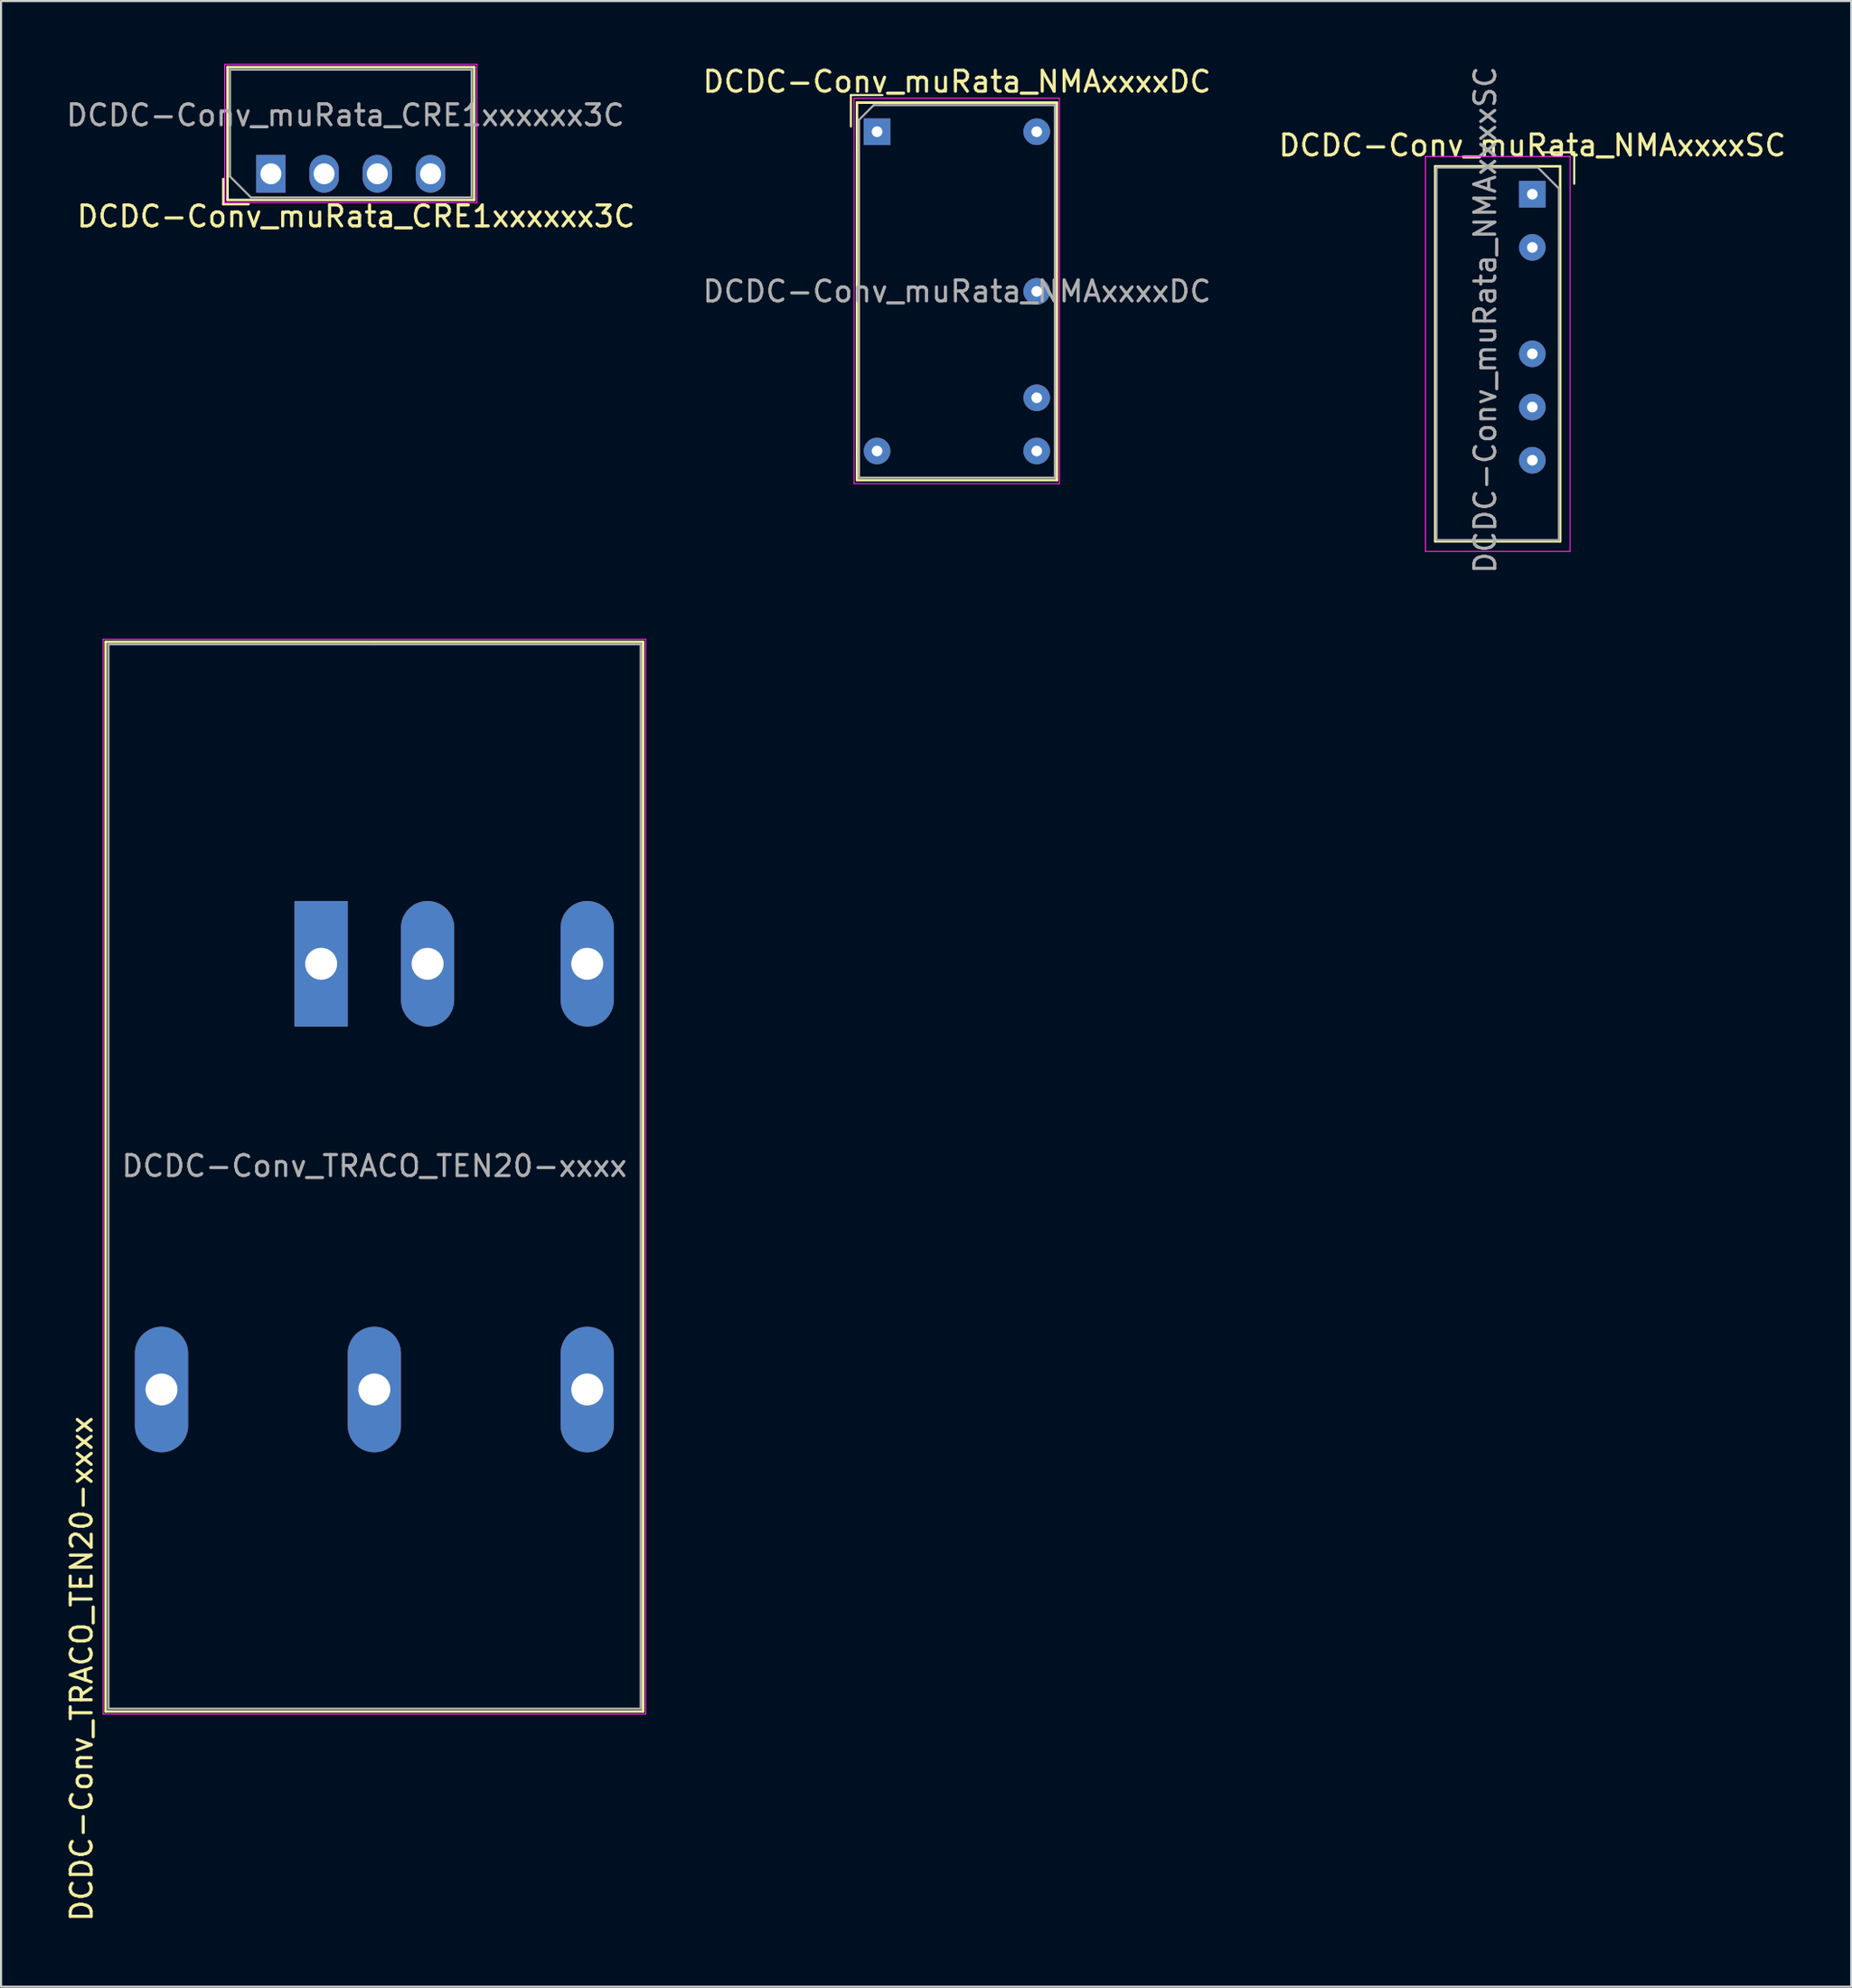
<source format=kicad_pcb>
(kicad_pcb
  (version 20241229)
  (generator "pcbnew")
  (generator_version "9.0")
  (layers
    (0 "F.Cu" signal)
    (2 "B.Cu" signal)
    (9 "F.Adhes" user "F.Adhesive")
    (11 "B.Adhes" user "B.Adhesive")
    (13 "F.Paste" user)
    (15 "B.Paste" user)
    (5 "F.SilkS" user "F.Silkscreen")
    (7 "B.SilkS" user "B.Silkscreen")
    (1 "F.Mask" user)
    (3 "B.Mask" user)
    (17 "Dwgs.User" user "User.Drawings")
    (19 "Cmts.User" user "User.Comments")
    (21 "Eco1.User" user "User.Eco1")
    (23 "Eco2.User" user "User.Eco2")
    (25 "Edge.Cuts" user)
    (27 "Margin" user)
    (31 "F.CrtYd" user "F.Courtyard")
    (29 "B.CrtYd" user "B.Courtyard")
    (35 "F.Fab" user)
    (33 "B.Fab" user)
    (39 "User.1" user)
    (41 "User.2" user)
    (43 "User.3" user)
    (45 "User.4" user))
  (footprint "DCDC-Conv_TRACO_TEN20-xxxx"
    (layer "F.Cu")
    (at 12.278 42.955)
    (property "Reference" "DCDC-Conv_TRACO_TEN20-xxxx" (at -11.43 33.655 90) (layer "F.SilkS") (effects (font (size 1 1) (thickness 0.15))))
    (attr through_hole)
    (fp_line (start -10.287 -15.367) (end -10.287 35.687) (stroke (width 0.12) (type solid)) (layer "F.SilkS"))
    (fp_line (start -10.287 -15.367) (end 15.367 -15.367) (stroke (width 0.12) (type solid)) (layer "F.SilkS"))
    (fp_line (start 15.367 -15.367) (end 15.367 35.687) (stroke (width 0.12) (type solid)) (layer "F.SilkS"))
    (fp_line (start 15.367 35.687) (end -10.287 35.687) (stroke (width 0.12) (type solid)) (layer "F.SilkS"))
    (fp_line (start -10.41 35.81) (end -10.41 -15.49) (stroke (width 0.05) (type solid)) (layer "F.CrtYd"))
    (fp_line (start 15.49 -15.49) (end -10.41 -15.49) (stroke (width 0.05) (type solid)) (layer "F.CrtYd"))
    (fp_line (start 15.49 -15.49) (end 15.49 35.81) (stroke (width 0.05) (type solid)) (layer "F.CrtYd"))
    (fp_line (start 15.49 35.81) (end -10.41 35.81) (stroke (width 0.05) (type solid)) (layer "F.CrtYd"))
    (fp_line (start -10.15 -15.248) (end -10.15 35.552) (stroke (width 0.1) (type solid)) (layer "F.Fab"))
    (fp_line (start -10.15 35.552) (end 15.25 35.552) (stroke (width 0.1) (type solid)) (layer "F.Fab"))
    (fp_line (start 2.55 -15.248) (end -10.15 -15.248) (stroke (width 0.1) (type solid)) (layer "F.Fab"))
    (fp_line (start 15.25 -15.248) (end 2.55 -15.248) (stroke (width 0.1) (type solid)) (layer "F.Fab"))
    (fp_line (start 15.25 35.552) (end 15.25 -15.248) (stroke (width 0.1) (type solid)) (layer "F.Fab"))
    (fp_text user "${REFERENCE}" (at 2.54 9.652 0) (layer "F.Fab") (effects (font (size 1 1) (thickness 0.15))))
    (pad "1" thru_hole rect (at 0 0 90) (size 5.994 2.54) (drill 1.524) (layers "*.Cu" "*.Mask"))
    (pad "2" thru_hole oval (at 5.08 0 90) (size 5.994 2.54) (drill 1.524) (layers "*.Cu" "*.Mask"))
    (pad "3" thru_hole oval (at -7.62 20.32 90) (size 5.994 2.54) (drill 1.524) (layers "*.Cu" "*.Mask"))
    (pad "4" thru_hole oval (at 2.54 20.32 90) (size 5.994 2.54) (drill 1.524) (layers "*.Cu" "*.Mask"))
    (pad "5" thru_hole oval (at 12.7 20.32 90) (size 5.994 2.54) (drill 1.524) (layers "*.Cu" "*.Mask"))
    (pad "6" thru_hole oval (at 12.7 0 90) (size 5.994 2.54) (drill 1.524) (layers "*.Cu" "*.Mask")))
  (footprint "DCDC-Conv_muRata_CRE1xxxxxx3C"
    (layer "F.Cu")
    (at 9.879 5.245)
    (property "Reference" "DCDC-Conv_muRata_CRE1xxxxxx3C" (at 4.064 2.032 0) (layer "F.SilkS") (effects (font (size 1 1) (thickness 0.15))))
    (attr through_hole)
    (fp_line (start -2.27 0.25) (end -2.27 1.45) (stroke (width 0.12) (type solid)) (layer "F.SilkS"))
    (fp_line (start -2.27 1.45) (end -1.07 1.45) (stroke (width 0.12) (type solid)) (layer "F.SilkS"))
    (fp_line (start -2.07 -5.09) (end -2.07 1.25) (stroke (width 0.12) (type solid)) (layer "F.SilkS"))
    (fp_line (start -2.07 -5.09) (end 9.7 -5.09) (stroke (width 0.12) (type solid)) (layer "F.SilkS"))
    (fp_line (start -2.07 1.25) (end 9.7 1.25) (stroke (width 0.12) (type solid)) (layer "F.SilkS"))
    (fp_line (start 9.7 -5.09) (end 9.7 1.25) (stroke (width 0.12) (type solid)) (layer "F.SilkS"))
    (fp_line (start -2.2 -5.22) (end -2.2 1.38) (stroke (width 0.05) (type solid)) (layer "F.CrtYd"))
    (fp_line (start -2.2 -5.22) (end 9.83 -5.22) (stroke (width 0.05) (type solid)) (layer "F.CrtYd"))
    (fp_line (start -2.2 1.38) (end 9.83 1.38) (stroke (width 0.05) (type solid)) (layer "F.CrtYd"))
    (fp_line (start 9.83 -5.22) (end 9.83 1.38) (stroke (width 0.05) (type solid)) (layer "F.CrtYd"))
    (fp_line (start -1.95 -4.97) (end 9.58 -4.97) (stroke (width 0.1) (type solid)) (layer "F.Fab"))
    (fp_line (start -1.95 0.13) (end -1.95 -4.97) (stroke (width 0.1) (type solid)) (layer "F.Fab"))
    (fp_line (start -1.95 0.13) (end -0.95 1.13) (stroke (width 0.1) (type solid)) (layer "F.Fab"))
    (fp_line (start -0.95 1.13) (end 9.58 1.13) (stroke (width 0.1) (type solid)) (layer "F.Fab"))
    (fp_line (start 9.58 1.13) (end 9.58 -4.97) (stroke (width 0.1) (type solid)) (layer "F.Fab"))
    (fp_text user "${REFERENCE}" (at 3.556 -2.794 0) (layer "F.Fab") (effects (font (size 1 1) (thickness 0.15))))
    (pad "1" thru_hole rect (at 0 0) (size 1.4 1.8) (drill 1) (layers "*.Cu" "*.Mask"))
    (pad "2" thru_hole oval (at 2.54 0) (size 1.4 1.8) (drill 1) (layers "*.Cu" "*.Mask"))
    (pad "3" thru_hole oval (at 5.08 0) (size 1.4 1.8) (drill 1) (layers "*.Cu" "*.Mask"))
    (pad "4" thru_hole oval (at 7.62 0) (size 1.4 1.8) (drill 1) (layers "*.Cu" "*.Mask")))
  (footprint "DCDC-Conv_muRata_NMAxxxxDC"
    (layer "F.Cu")
    (at 38.811 3.238)
    (property "Reference" "DCDC-Conv_muRata_NMAxxxxDC" (at 3.81 -2.39 0) (layer "F.SilkS") (effects (font (size 1 1) (thickness 0.15))))
    (attr through_hole)
    (fp_line (start -1.25 -1.75) (end -1.25 -0.25) (stroke (width 0.1) (type solid)) (layer "F.SilkS"))
    (fp_line (start -0.96 -1.39) (end -0.96 16.63) (stroke (width 0.12) (type solid)) (layer "F.SilkS"))
    (fp_line (start -0.96 -1.39) (end 8.58 -1.39) (stroke (width 0.12) (type solid)) (layer "F.SilkS"))
    (fp_line (start -0.96 16.63) (end 8.58 16.63) (stroke (width 0.12) (type solid)) (layer "F.SilkS"))
    (fp_line (start 0.25 -1.75) (end -1.25 -1.75) (stroke (width 0.1) (type solid)) (layer "F.SilkS"))
    (fp_line (start 8.58 16.63) (end 8.58 -1.39) (stroke (width 0.12) (type solid)) (layer "F.SilkS"))
    (fp_line (start -1.1 -1.6) (end -1.1 16.8) (stroke (width 0.05) (type solid)) (layer "F.CrtYd"))
    (fp_line (start -1.1 16.8) (end 8.7 16.8) (stroke (width 0.05) (type solid)) (layer "F.CrtYd"))
    (fp_line (start 8.7 -1.6) (end -1.1 -1.6) (stroke (width 0.05) (type solid)) (layer "F.CrtYd"))
    (fp_line (start 8.7 16.8) (end 8.7 -1.6) (stroke (width 0.05) (type solid)) (layer "F.CrtYd"))
    (fp_line (start -0.86 16.51) (end -0.86 -0.57) (stroke (width 0.1) (type solid)) (layer "F.Fab"))
    (fp_line (start -0.16 -1.27) (end -0.86 -0.57) (stroke (width 0.1) (type solid)) (layer "F.Fab"))
    (fp_line (start -0.16 -1.27) (end 8.485 -1.27) (stroke (width 0.1) (type solid)) (layer "F.Fab"))
    (fp_line (start 8.485 -1.27) (end 8.485 16.51) (stroke (width 0.1) (type solid)) (layer "F.Fab"))
    (fp_line (start 8.485 16.51) (end -0.86 16.51) (stroke (width 0.1) (type solid)) (layer "F.Fab"))
    (fp_text user "${REFERENCE}" (at 3.81 7.62 0) (layer "F.Fab") (effects (font (size 1 1) (thickness 0.15))))
    (pad "1" thru_hole rect (at 0 0) (size 1.27 1.27) (drill 0.508) (layers "*.Cu" "*.Mask"))
    (pad "7" thru_hole oval (at 0 15.24) (size 1.27 1.27) (drill 0.508) (layers "*.Cu" "*.Mask"))
    (pad "8" thru_hole oval (at 7.62 15.24) (size 1.27 1.27) (drill 0.508) (layers "*.Cu" "*.Mask"))
    (pad "9" thru_hole oval (at 7.62 12.7) (size 1.27 1.27) (drill 0.508) (layers "*.Cu" "*.Mask"))
    (pad "11" thru_hole oval (at 7.62 7.62) (size 1.27 1.27) (drill 0.508) (layers "*.Cu" "*.Mask"))
    (pad "14" thru_hole oval (at 7.62 0) (size 1.27 1.27) (drill 0.508) (layers "*.Cu" "*.Mask")))
  (footprint "DCDC-Conv_muRata_NMAxxxxSC"
    (layer "F.Cu")
    (at 70.085 6.22)
    (property "Reference" "DCDC-Conv_muRata_NMAxxxxSC" (at 0 -2.33 0) (layer "F.SilkS") (effects (font (size 1 1) (thickness 0.15))))
    (attr through_hole)
    (fp_line (start -4.632 -1.33) (end -4.632 16.57) (stroke (width 0.12) (type solid)) (layer "F.SilkS"))
    (fp_line (start -4.632 16.57) (end 1.33 16.57) (stroke (width 0.12) (type solid)) (layer "F.SilkS"))
    (fp_line (start 1.33 -1.33) (end -4.632 -1.33) (stroke (width 0.12) (type solid)) (layer "F.SilkS"))
    (fp_line (start 1.33 16.57) (end 1.33 -1.33) (stroke (width 0.12) (type solid)) (layer "F.SilkS"))
    (fp_line (start 2 -2) (end 0.5 -2) (stroke (width 0.1) (type solid)) (layer "F.SilkS"))
    (fp_line (start 2 -2) (end 2 -0.5) (stroke (width 0.1) (type solid)) (layer "F.SilkS"))
    (fp_line (start -5.1 -1.8) (end -5.1 17.05) (stroke (width 0.05) (type solid)) (layer "F.CrtYd"))
    (fp_line (start -5.1 17.05) (end 1.8 17.05) (stroke (width 0.05) (type solid)) (layer "F.CrtYd"))
    (fp_line (start 1.8 -1.8) (end -5.1 -1.8) (stroke (width 0.05) (type solid)) (layer "F.CrtYd"))
    (fp_line (start 1.8 17.05) (end 1.8 -1.8) (stroke (width 0.05) (type solid)) (layer "F.CrtYd"))
    (fp_line (start -4.572 -1.27) (end -4.572 16.51) (stroke (width 0.1) (type solid)) (layer "F.Fab"))
    (fp_line (start -4.572 16.51) (end 1.27 16.51) (stroke (width 0.1) (type solid)) (layer "F.Fab"))
    (fp_line (start 0.27 -1.27) (end -4.572 -1.27) (stroke (width 0.1) (type solid)) (layer "F.Fab"))
    (fp_line (start 0.27 -1.27) (end 1.27 -0.27) (stroke (width 0.1) (type solid)) (layer "F.Fab"))
    (fp_line (start 1.27 16.51) (end 1.27 -0.27) (stroke (width 0.1) (type solid)) (layer "F.Fab"))
    (fp_text user "${REFERENCE}" (at -2.25 6 90) (layer "F.Fab") (effects (font (size 1 1) (thickness 0.15))))
    (pad "1" thru_hole rect (at 0 0) (size 1.27 1.27) (drill 0.508) (layers "*.Cu" "*.Mask"))
    (pad "2" thru_hole oval (at 0 2.54) (size 1.27 1.27) (drill 0.508) (layers "*.Cu" "*.Mask"))
    (pad "4" thru_hole oval (at 0 7.62) (size 1.27 1.27) (drill 0.508) (layers "*.Cu" "*.Mask"))
    (pad "5" thru_hole oval (at 0 10.16) (size 1.27 1.27) (drill 0.508) (layers "*.Cu" "*.Mask"))
    (pad "6" thru_hole oval (at 0 12.7) (size 1.27 1.27) (drill 0.508) (layers "*.Cu" "*.Mask")))
  (gr_rect
    (start -3 -3)
    (end 85.306 91.783)
    (stroke (width 0.1) (type default))
    (fill no)
    (layer "Edge.Cuts")))
</source>
